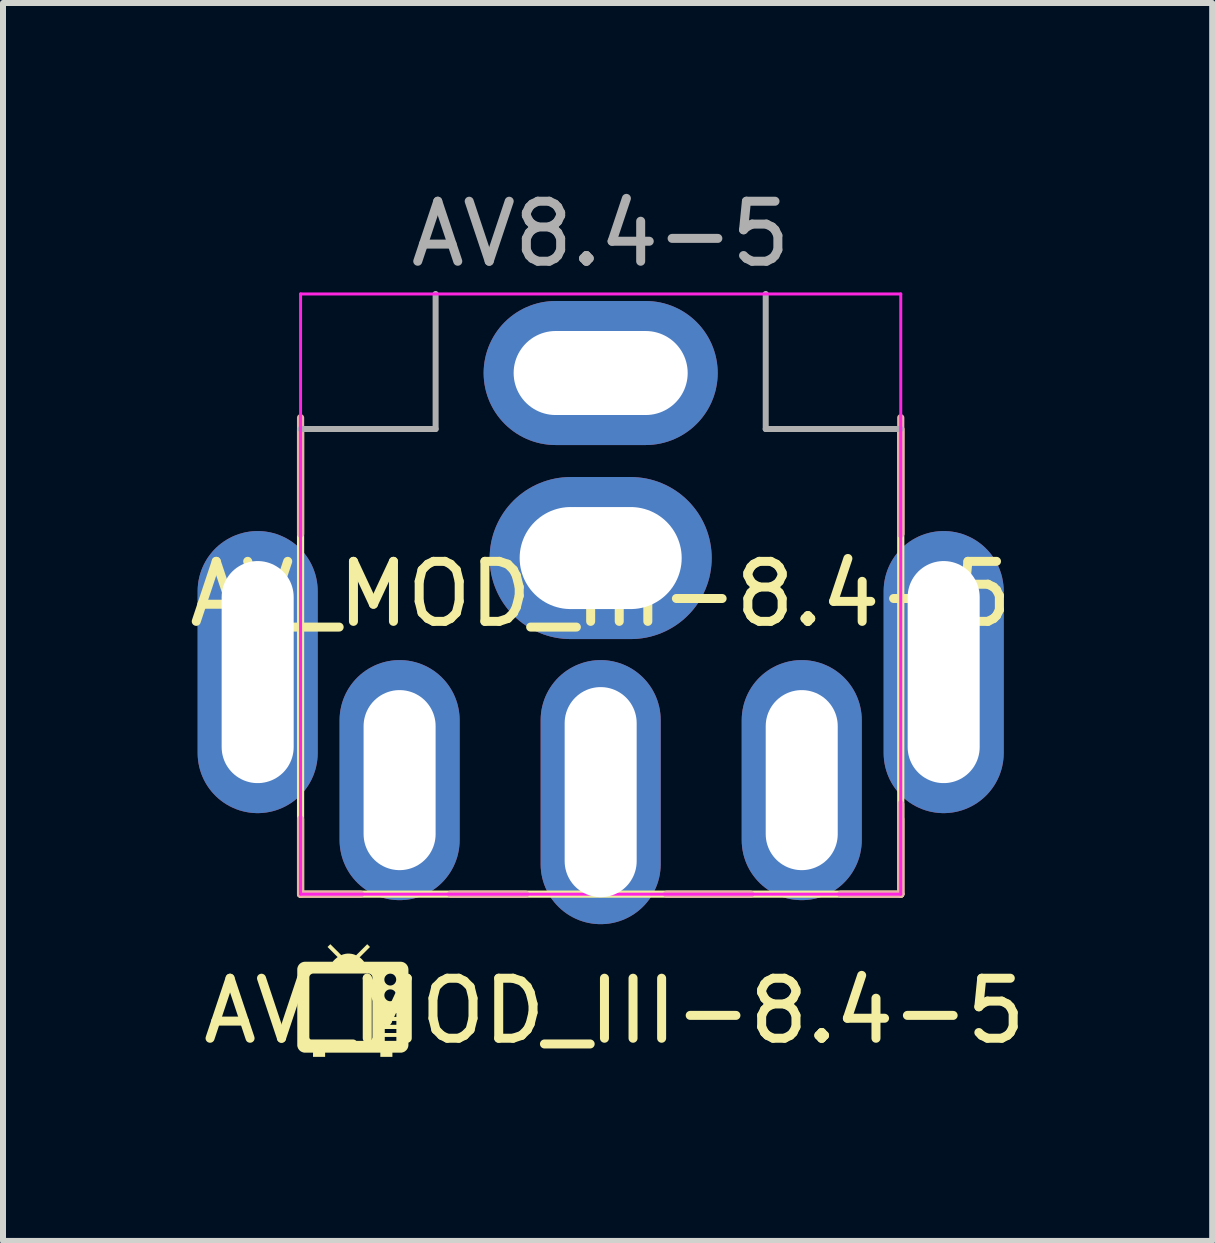
<source format=kicad_pcb>
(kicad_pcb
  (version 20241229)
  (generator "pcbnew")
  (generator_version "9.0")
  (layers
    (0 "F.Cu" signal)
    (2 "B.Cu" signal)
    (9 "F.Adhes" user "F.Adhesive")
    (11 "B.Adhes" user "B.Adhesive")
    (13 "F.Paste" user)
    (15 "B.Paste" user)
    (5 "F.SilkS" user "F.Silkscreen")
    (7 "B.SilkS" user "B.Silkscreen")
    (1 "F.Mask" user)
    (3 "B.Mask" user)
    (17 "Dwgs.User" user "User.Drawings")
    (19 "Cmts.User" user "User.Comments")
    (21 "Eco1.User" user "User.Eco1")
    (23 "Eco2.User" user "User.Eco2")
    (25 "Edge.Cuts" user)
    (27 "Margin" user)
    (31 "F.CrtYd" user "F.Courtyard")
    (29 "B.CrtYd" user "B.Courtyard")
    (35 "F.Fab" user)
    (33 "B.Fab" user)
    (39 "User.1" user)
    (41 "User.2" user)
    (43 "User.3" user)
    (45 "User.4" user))
  (footprint "AV_MOD_III-8.4-5"
    (layer "F.Cu")
    (at 6.958 6.848)
    (property "Reference" "AV_MOD_III-8.4-5" (at 0 0 0) (layer "F.SilkS") (effects (font (size 1 1) (thickness 0.15))))
    (attr through_hole)
    (fp_line (start -5 5) (end -5 -2.75) (stroke (width 0.12) (type solid)) (layer "F.SilkS"))
    (fp_line (start 5 -2.75) (end 5 5) (stroke (width 0.12) (type solid)) (layer "F.SilkS"))
    (fp_line (start 5 5) (end -5 5) (stroke (width 0.12) (type solid)) (layer "F.SilkS"))
    (fp_poly (pts (xy -4.322 6.016) (xy -4.316 6.013) (xy -4.309 6.01) (xy -4.302 6.008) (xy -4.295 6.006) (xy -4.288 6.003) (xy -4.281 6.001) (xy -4.273 5.999) (xy -4.266 5.998) (xy -4.258 5.996) (xy -4.251 5.994) (xy -4.243 5.993) (xy -4.235 5.992) (xy -4.226 5.991) (xy -4.218 5.991) (xy -4.21 5.99) (xy -4.201 5.99) (xy -4.192 5.991) (xy -4.183 5.991) (xy -4.174 5.992) (xy -4.166 5.993) (xy -4.157 5.994) (xy -4.149 5.995) (xy -4.141 5.997) (xy -4.133 5.998) (xy -4.125 6) (xy -4.117 6.003) (xy -4.11 6.005) (xy -4.103 6.007) (xy -4.088 6.013) (xy -4.075 6.019) (xy -3.89 5.834) (xy -3.843 5.88) (xy -4.016 6.053) (xy -4.007 6.06) (xy -3.999 6.066) (xy -3.991 6.073) (xy -3.984 6.079) (xy -3.978 6.086) (xy -3.972 6.092) (xy -3.966 6.097) (xy -3.961 6.103) (xy -3.953 6.112) (xy -3.947 6.12) (xy -3.942 6.126) (xy -3.335 6.126) (xy -3.328 6.126) (xy -3.321 6.127) (xy -3.315 6.127) (xy -3.308 6.129) (xy -3.302 6.13) (xy -3.295 6.132) (xy -3.289 6.134) (xy -3.283 6.136) (xy -3.278 6.139) (xy -3.272 6.142) (xy -3.266 6.145) (xy -3.261 6.148) (xy -3.256 6.152) (xy -3.251 6.156) (xy -3.246 6.16) (xy -3.242 6.164) (xy -3.237 6.169) (xy -3.233 6.174) (xy -3.229 6.179) (xy -3.226 6.184) (xy -3.222 6.189) (xy -3.219 6.195) (xy -3.216 6.2) (xy -3.213 6.206) (xy -3.211 6.212) (xy -3.209 6.218) (xy -3.207 6.225) (xy -3.206 6.231) (xy -3.205 6.237) (xy -3.204 6.244) (xy -3.203 6.251) (xy -3.203 6.257) (xy -3.203 7.51) (xy -3.203 7.517) (xy -3.204 7.523) (xy -3.205 7.53) (xy -3.206 7.536) (xy -3.207 7.543) (xy -3.209 7.549) (xy -3.211 7.555) (xy -3.213 7.561) (xy -3.216 7.567) (xy -3.219 7.573) (xy -3.222 7.578) (xy -3.226 7.583) (xy -3.229 7.589) (xy -3.233 7.594) (xy -3.237 7.598) (xy -3.242 7.603) (xy -3.246 7.607) (xy -3.251 7.611) (xy -3.256 7.615) (xy -3.261 7.619) (xy -3.266 7.622) (xy -3.272 7.626) (xy -3.277 7.628) (xy -3.283 7.631) (xy -3.289 7.633) (xy -3.295 7.635) (xy -3.302 7.637) (xy -3.308 7.639) (xy -3.314 7.64) (xy -3.321 7.641) (xy -3.328 7.641) (xy -3.334 7.641) (xy -3.47 7.641) (xy -3.47 7.711) (xy -3.671 7.711) (xy -3.671 7.641) (xy -4.591 7.641) (xy -4.591 7.711) (xy -4.793 7.711) (xy -4.792 7.641) (xy -4.924 7.641) (xy -4.931 7.641) (xy -4.937 7.641) (xy -4.944 7.64) (xy -4.95 7.639) (xy -4.957 7.637) (xy -4.963 7.635) (xy -4.969 7.633) (xy -4.975 7.631) (xy -4.981 7.628) (xy -4.987 7.625) (xy -4.992 7.622) (xy -4.997 7.619) (xy -5.003 7.615) (xy -5.008 7.611) (xy -5.012 7.607) (xy -5.017 7.603) (xy -5.021 7.598) (xy -5.025 7.594) (xy -5.029 7.589) (xy -5.033 7.583) (xy -5.036 7.578) (xy -5.04 7.573) (xy -5.042 7.567) (xy -5.045 7.561) (xy -5.047 7.555) (xy -5.049 7.549) (xy -5.051 7.543) (xy -5.053 7.536) (xy -5.054 7.53) (xy -5.055 7.523) (xy -5.055 7.517) (xy -5.055 7.51) (xy -5.055 6.389) (xy -4.854 6.389) (xy -4.854 7.379) (xy -4.854 7.382) (xy -4.854 7.385) (xy -4.853 7.389) (xy -4.853 7.392) (xy -4.852 7.395) (xy -4.851 7.398) (xy -4.85 7.401) (xy -4.849 7.404) (xy -4.848 7.407) (xy -4.846 7.41) (xy -4.845 7.413) (xy -4.843 7.415) (xy -4.841 7.418) (xy -4.839 7.42) (xy -4.837 7.423) (xy -4.835 7.425) (xy -4.833 7.427) (xy -4.83 7.429) (xy -4.828 7.431) (xy -4.825 7.433) (xy -4.822 7.435) (xy -4.82 7.436) (xy -4.817 7.438) (xy -4.814 7.439) (xy -4.811 7.44) (xy -4.808 7.441) (xy -4.805 7.442) (xy -4.802 7.443) (xy -4.798 7.443) (xy -4.795 7.444) (xy -4.792 7.444) (xy -4.788 7.444) (xy -3.868 7.444) (xy -3.597 7.444) (xy -3.404 7.444) (xy -3.404 7.379) (xy -3.597 7.379) (xy -3.597 7.444) (xy -3.868 7.444) (xy -3.865 7.444) (xy -3.862 7.444) (xy -3.858 7.443) (xy -3.855 7.443) (xy -3.852 7.442) (xy -3.849 7.441) (xy -3.846 7.44) (xy -3.843 7.439) (xy -3.84 7.438) (xy -3.837 7.436) (xy -3.834 7.435) (xy -3.832 7.433) (xy -3.829 7.431) (xy -3.827 7.429) (xy -3.824 7.427) (xy -3.822 7.425) (xy -3.82 7.423) (xy -3.818 7.42) (xy -3.816 7.418) (xy -3.814 7.415) (xy -3.812 7.413) (xy -3.811 7.41) (xy -3.809 7.407) (xy -3.808 7.404) (xy -3.807 7.401) (xy -3.806 7.398) (xy -3.805 7.395) (xy -3.804 7.392) (xy -3.803 7.389) (xy -3.803 7.385) (xy -3.803 7.382) (xy -3.803 7.379) (xy -3.803 7.313) (xy -3.597 7.313) (xy -3.404 7.313) (xy -3.404 7.247) (xy -3.597 7.247) (xy -3.597 7.313) (xy -3.803 7.313) (xy -3.803 7.177) (xy -3.597 7.177) (xy -3.404 7.177) (xy -3.404 7.112) (xy -3.597 7.112) (xy -3.597 7.177) (xy -3.803 7.177) (xy -3.803 7.046) (xy -3.597 7.046) (xy -3.404 7.046) (xy -3.404 6.98) (xy -3.597 6.98) (xy -3.597 7.046) (xy -3.803 7.046) (xy -3.803 6.685) (xy -3.604 6.685) (xy -3.604 6.69) (xy -3.603 6.695) (xy -3.603 6.7) (xy -3.602 6.705) (xy -3.601 6.71) (xy -3.6 6.715) (xy -3.598 6.719) (xy -3.596 6.724) (xy -3.594 6.728) (xy -3.592 6.732) (xy -3.59 6.736) (xy -3.587 6.74) (xy -3.584 6.744) (xy -3.581 6.748) (xy -3.578 6.751) (xy -3.575 6.755) (xy -3.572 6.758) (xy -3.568 6.761) (xy -3.564 6.764) (xy -3.56 6.767) (xy -3.556 6.77) (xy -3.552 6.772) (xy -3.548 6.774) (xy -3.544 6.776) (xy -3.539 6.778) (xy -3.535 6.779) (xy -3.53 6.781) (xy -3.525 6.782) (xy -3.52 6.783) (xy -3.515 6.783) (xy -3.51 6.784) (xy -3.505 6.784) (xy -3.5 6.784) (xy -3.495 6.783) (xy -3.49 6.783) (xy -3.486 6.782) (xy -3.481 6.781) (xy -3.476 6.779) (xy -3.471 6.778) (xy -3.467 6.776) (xy -3.463 6.774) (xy -3.458 6.772) (xy -3.454 6.77) (xy -3.45 6.767) (xy -3.446 6.764) (xy -3.443 6.761) (xy -3.439 6.758) (xy -3.436 6.755) (xy -3.432 6.751) (xy -3.429 6.748) (xy -3.426 6.744) (xy -3.424 6.74) (xy -3.421 6.736) (xy -3.419 6.732) (xy -3.417 6.728) (xy -3.415 6.724) (xy -3.413 6.719) (xy -3.411 6.715) (xy -3.41 6.71) (xy -3.409 6.705) (xy -3.408 6.7) (xy -3.407 6.695) (xy -3.407 6.69) (xy -3.407 6.685) (xy -3.407 6.68) (xy -3.407 6.675) (xy -3.408 6.67) (xy -3.409 6.665) (xy -3.41 6.661) (xy -3.411 6.656) (xy -3.413 6.651) (xy -3.415 6.647) (xy -3.417 6.643) (xy -3.419 6.638) (xy -3.421 6.634) (xy -3.424 6.63) (xy -3.426 6.626) (xy -3.429 6.623) (xy -3.432 6.619) (xy -3.436 6.616) (xy -3.439 6.612) (xy -3.443 6.609) (xy -3.446 6.606) (xy -3.45 6.604) (xy -3.454 6.601) (xy -3.458 6.599) (xy -3.463 6.596) (xy -3.467 6.594) (xy -3.471 6.593) (xy -3.476 6.591) (xy -3.481 6.59) (xy -3.486 6.589) (xy -3.49 6.588) (xy -3.495 6.587) (xy -3.5 6.587) (xy -3.505 6.587) (xy -3.51 6.587) (xy -3.515 6.587) (xy -3.52 6.588) (xy -3.525 6.589) (xy -3.53 6.59) (xy -3.535 6.591) (xy -3.539 6.593) (xy -3.544 6.594) (xy -3.548 6.596) (xy -3.552 6.599) (xy -3.556 6.601) (xy -3.56 6.604) (xy -3.564 6.606) (xy -3.568 6.609) (xy -3.572 6.612) (xy -3.575 6.616) (xy -3.578 6.619) (xy -3.581 6.623) (xy -3.584 6.626) (xy -3.587 6.63) (xy -3.59 6.634) (xy -3.592 6.638) (xy -3.594 6.643) (xy -3.596 6.647) (xy -3.598 6.651) (xy -3.6 6.656) (xy -3.601 6.661) (xy -3.602 6.665) (xy -3.603 6.67) (xy -3.603 6.675) (xy -3.604 6.68) (xy -3.604 6.685) (xy -3.803 6.685) (xy -3.803 6.423) (xy -3.604 6.423) (xy -3.604 6.428) (xy -3.603 6.433) (xy -3.603 6.438) (xy -3.602 6.443) (xy -3.601 6.448) (xy -3.6 6.453) (xy -3.598 6.457) (xy -3.596 6.462) (xy -3.594 6.466) (xy -3.592 6.47) (xy -3.59 6.474) (xy -3.587 6.478) (xy -3.584 6.482) (xy -3.581 6.486) (xy -3.578 6.489) (xy -3.575 6.493) (xy -3.572 6.496) (xy -3.568 6.499) (xy -3.564 6.502) (xy -3.56 6.505) (xy -3.556 6.508) (xy -3.552 6.51) (xy -3.548 6.512) (xy -3.544 6.514) (xy -3.539 6.516) (xy -3.535 6.517) (xy -3.53 6.519) (xy -3.525 6.52) (xy -3.52 6.521) (xy -3.515 6.521) (xy -3.51 6.522) (xy -3.505 6.522) (xy -3.5 6.522) (xy -3.495 6.521) (xy -3.49 6.521) (xy -3.486 6.52) (xy -3.481 6.519) (xy -3.476 6.517) (xy -3.471 6.516) (xy -3.467 6.514) (xy -3.463 6.512) (xy -3.458 6.51) (xy -3.454 6.508) (xy -3.45 6.505) (xy -3.446 6.502) (xy -3.443 6.499) (xy -3.439 6.496) (xy -3.436 6.493) (xy -3.432 6.489) (xy -3.429 6.486) (xy -3.426 6.482) (xy -3.424 6.478) (xy -3.421 6.474) (xy -3.419 6.47) (xy -3.417 6.466) (xy -3.415 6.462) (xy -3.413 6.457) (xy -3.411 6.453) (xy -3.41 6.448) (xy -3.409 6.443) (xy -3.408 6.438) (xy -3.407 6.433) (xy -3.407 6.428) (xy -3.407 6.423) (xy -3.407 6.418) (xy -3.407 6.413) (xy -3.408 6.408) (xy -3.409 6.403) (xy -3.41 6.399) (xy -3.411 6.394) (xy -3.413 6.389) (xy -3.415 6.385) (xy -3.417 6.38) (xy -3.419 6.376) (xy -3.421 6.372) (xy -3.424 6.368) (xy -3.426 6.364) (xy -3.429 6.361) (xy -3.432 6.357) (xy -3.436 6.354) (xy -3.439 6.35) (xy -3.443 6.347) (xy -3.446 6.344) (xy -3.45 6.341) (xy -3.454 6.339) (xy -3.458 6.337) (xy -3.463 6.334) (xy -3.467 6.332) (xy -3.471 6.331) (xy -3.476 6.329) (xy -3.481 6.328) (xy -3.486 6.327) (xy -3.49 6.326) (xy -3.495 6.325) (xy -3.5 6.325) (xy -3.505 6.325) (xy -3.51 6.325) (xy -3.515 6.325) (xy -3.52 6.326) (xy -3.525 6.327) (xy -3.53 6.328) (xy -3.535 6.329) (xy -3.539 6.331) (xy -3.544 6.332) (xy -3.548 6.334) (xy -3.552 6.337) (xy -3.556 6.339) (xy -3.56 6.341) (xy -3.564 6.344) (xy -3.568 6.347) (xy -3.572 6.35) (xy -3.575 6.354) (xy -3.578 6.357) (xy -3.581 6.361) (xy -3.584 6.364) (xy -3.587 6.368) (xy -3.59 6.372) (xy -3.592 6.376) (xy -3.594 6.38) (xy -3.596 6.385) (xy -3.598 6.389) (xy -3.6 6.394) (xy -3.601 6.399) (xy -3.602 6.403) (xy -3.603 6.408) (xy -3.603 6.413) (xy -3.604 6.418) (xy -3.604 6.423) (xy -3.803 6.423) (xy -3.803 6.389) (xy -3.803 6.389) (xy -3.803 6.385) (xy -3.803 6.382) (xy -3.803 6.379) (xy -3.804 6.376) (xy -3.805 6.372) (xy -3.806 6.369) (xy -3.807 6.366) (xy -3.808 6.363) (xy -3.809 6.36) (xy -3.811 6.357) (xy -3.812 6.355) (xy -3.814 6.352) (xy -3.816 6.349) (xy -3.818 6.347) (xy -3.82 6.345) (xy -3.822 6.342) (xy -3.824 6.34) (xy -3.827 6.338) (xy -3.829 6.336) (xy -3.832 6.334) (xy -3.834 6.333) (xy -3.837 6.331) (xy -3.84 6.33) (xy -3.843 6.328) (xy -3.846 6.327) (xy -3.849 6.326) (xy -3.852 6.325) (xy -3.855 6.324) (xy -3.858 6.324) (xy -3.862 6.323) (xy -3.865 6.323) (xy -3.868 6.323) (xy -4.788 6.323) (xy -4.792 6.323) (xy -4.795 6.323) (xy -4.798 6.324) (xy -4.802 6.324) (xy -4.805 6.325) (xy -4.808 6.326) (xy -4.811 6.327) (xy -4.814 6.328) (xy -4.817 6.33) (xy -4.82 6.331) (xy -4.822 6.333) (xy -4.825 6.334) (xy -4.828 6.336) (xy -4.83 6.338) (xy -4.833 6.34) (xy -4.835 6.342) (xy -4.837 6.345) (xy -4.839 6.347) (xy -4.841 6.349) (xy -4.843 6.352) (xy -4.845 6.355) (xy -4.846 6.357) (xy -4.848 6.36) (xy -4.849 6.363) (xy -4.85 6.366) (xy -4.851 6.369) (xy -4.852 6.372) (xy -4.853 6.376) (xy -4.853 6.379) (xy -4.854 6.382) (xy -4.854 6.385) (xy -4.854 6.389) (xy -5.055 6.389) (xy -5.055 6.257) (xy -5.055 6.251) (xy -5.055 6.244) (xy -5.054 6.237) (xy -5.053 6.231) (xy -5.051 6.224) (xy -5.049 6.218) (xy -5.047 6.212) (xy -5.045 6.206) (xy -5.042 6.2) (xy -5.04 6.195) (xy -5.036 6.189) (xy -5.033 6.184) (xy -5.029 6.179) (xy -5.025 6.174) (xy -5.021 6.169) (xy -5.017 6.164) (xy -5.012 6.16) (xy -5.008 6.156) (xy -5.003 6.152) (xy -4.997 6.148) (xy -4.992 6.145) (xy -4.987 6.142) (xy -4.981 6.139) (xy -4.975 6.136) (xy -4.969 6.134) (xy -4.963 6.132) (xy -4.957 6.13) (xy -4.95 6.129) (xy -4.944 6.127) (xy -4.937 6.127) (xy -4.931 6.126) (xy -4.924 6.126) (xy -4.464 6.126) (xy -4.463 6.124) (xy -4.459 6.119) (xy -4.456 6.115) (xy -4.452 6.111) (xy -4.448 6.106) (xy -4.443 6.101) (xy -4.437 6.096) (xy -4.431 6.089) (xy -4.425 6.083) (xy -4.417 6.077) (xy -4.409 6.07) (xy -4.401 6.063) (xy -4.396 6.059) (xy -4.392 6.056) (xy -4.387 6.052) (xy -4.382 6.049) (xy -4.551 5.88) (xy -4.504 5.834)) (stroke (width -0.000001) (type solid)) (fill yes) (layer "F.SilkS"))
    (fp_line (start -5 -1) (end -5 -2.938) (stroke (width 0.12) (type solid)) (layer "B.SilkS"))
    (fp_line (start -5 5) (end -5 3.75) (stroke (width 0.12) (type solid)) (layer "B.SilkS"))
    (fp_line (start -4 5) (end -5 5) (stroke (width 0.12) (type solid)) (layer "B.SilkS"))
    (fp_line (start -1.25 5) (end -2.5 5) (stroke (width 0.12) (type solid)) (layer "B.SilkS"))
    (fp_line (start 2.5 5) (end 1.1 5) (stroke (width 0.12) (type solid)) (layer "B.SilkS"))
    (fp_line (start 5 -2.75) (end 5 -1) (stroke (width 0.12) (type solid)) (layer "B.SilkS"))
    (fp_line (start 5 -1) (end 5 -2.938) (stroke (width 0.12) (type solid)) (layer "B.SilkS"))
    (fp_line (start 5 3.75) (end 5 5) (stroke (width 0.12) (type solid)) (layer "B.SilkS"))
    (fp_line (start 5 5) (end 4 5) (stroke (width 0.12) (type solid)) (layer "B.SilkS"))
    (fp_line (start 5 5) (end 5 3.5) (stroke (width 0.12) (type solid)) (layer "B.SilkS"))
    (fp_line (start -5 -5) (end -5 5) (stroke (width 0.05) (type solid)) (layer "F.CrtYd"))
    (fp_line (start 5 -5) (end -5 -5) (stroke (width 0.05) (type solid)) (layer "F.CrtYd"))
    (fp_line (start 5 5) (end -5 5) (stroke (width 0.05) (type solid)) (layer "F.CrtYd"))
    (fp_line (start 5 5) (end 5 -5) (stroke (width 0.05) (type solid)) (layer "F.CrtYd"))
    (fp_line (start -2.75 -5) (end -2.75 -2.75) (stroke (width 0.1) (type solid)) (layer "F.Fab"))
    (fp_line (start -2.75 -2.75) (end -5 -2.75) (stroke (width 0.1) (type solid)) (layer "F.Fab"))
    (fp_line (start 2.75 -5) (end 2.75 -2.75) (stroke (width 0.1) (type solid)) (layer "F.Fab"))
    (fp_line (start 2.75 -2.75) (end 5 -2.75) (stroke (width 0.1) (type solid)) (layer "F.Fab"))
    (fp_text user "${REFERENCE}" (at 0.23 7.531 0) (unlocked yes) (layer "F.SilkS") (effects (font (size 1 1) (thickness 0.15)) (justify bottom)))
    (fp_text user "AV8.4-5" (at 0 -6 0) (layer "F.Fab") (effects (font (size 1 1) (thickness 0.15))))
    (pad "1" thru_hole oval (at -3.35 3.1) (size 2 4) (drill oval 1.2 3) (layers "*.Cu" "*.Mask"))
    (pad "1" thru_hole oval (at 0 3.3) (size 2 4.4) (drill oval 1.2 3.5) (layers "*.Cu" "*.Mask"))
    (pad "1" thru_hole oval (at 3.35 3.1) (size 2 4) (drill oval 1.2 3) (layers "*.Cu" "*.Mask"))
    (pad "2" thru_hole oval (at -5.715 1.3) (size 2 4.7) (drill oval 1.2 3.7) (layers "*.Cu" "*.Mask"))
    (pad "2" thru_hole oval (at 0 -3.683) (size 3.9 2.4) (drill oval 2.9 1.4) (layers "*.Cu" "*.Mask"))
    (pad "2" thru_hole oval (at 0 -0.6) (size 3.7 2.7) (drill oval 2.7 1.7) (layers "*.Cu" "*.Mask"))
    (pad "2" thru_hole oval (at 5.715 1.3) (size 2 4.7) (drill oval 1.2 3.7) (layers "*.Cu" "*.Mask")))
  (gr_rect
    (start -3 -3)
    (end 17.147 17.626)
    (stroke (width 0.1) (type default))
    (fill no)
    (layer "Edge.Cuts")))
</source>
